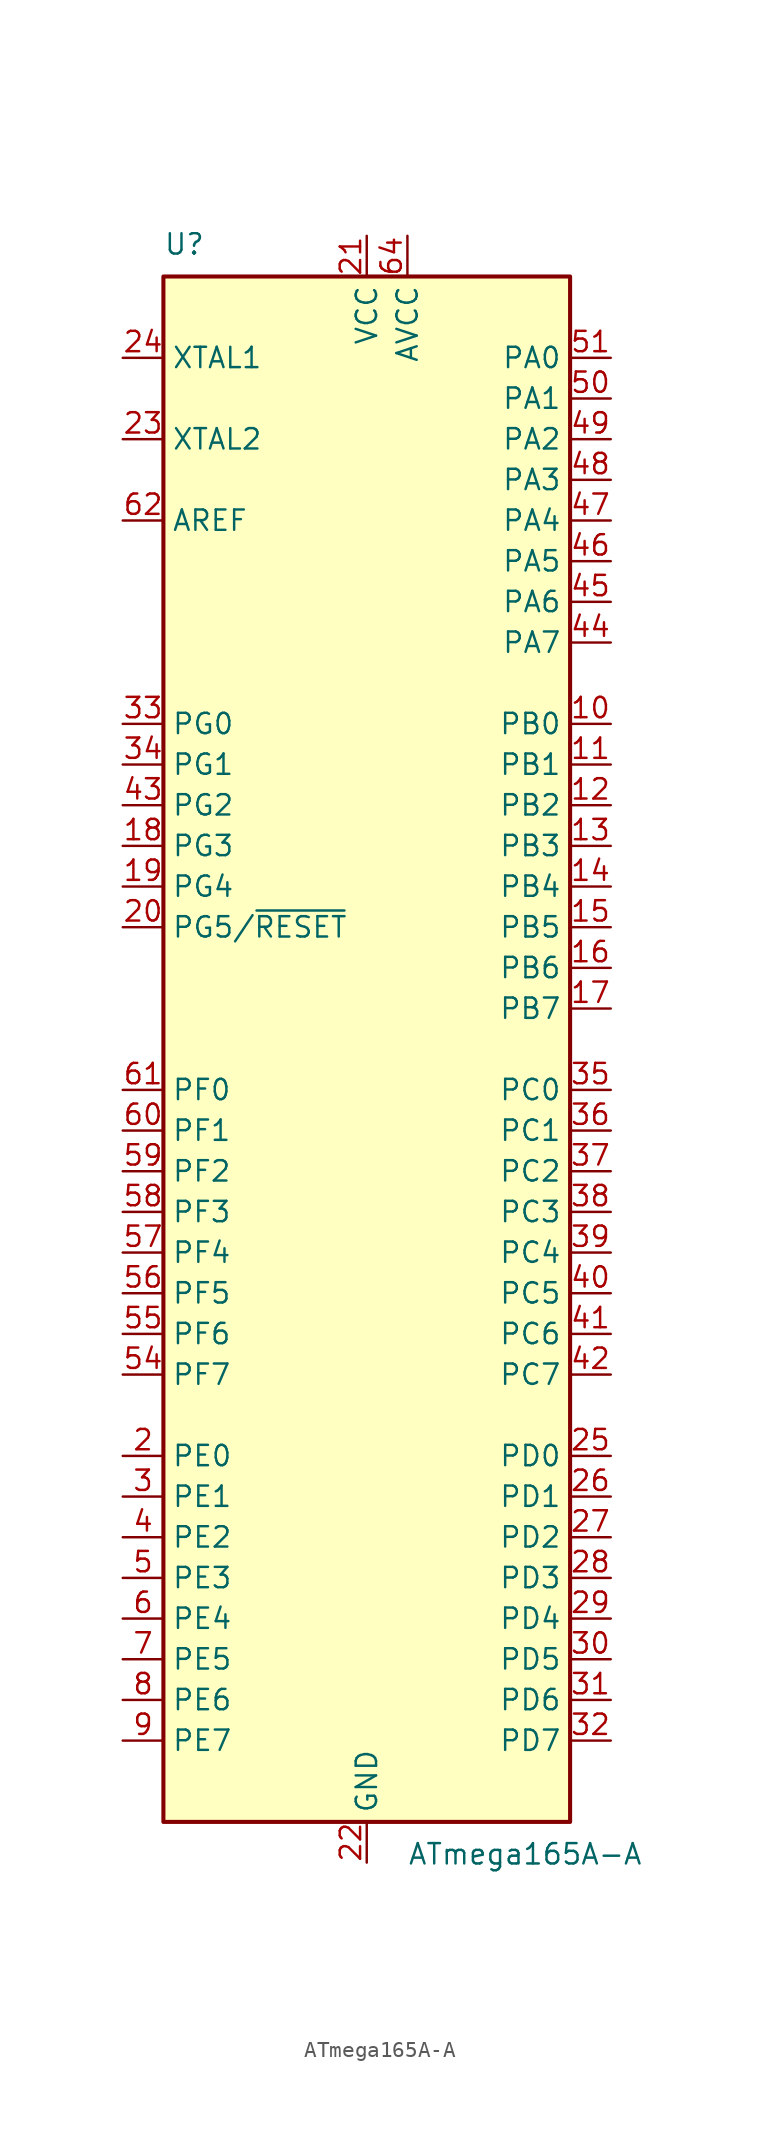
<source format=kicad_sym>
(kicad_symbol_lib
  (version 20201005)
  (generator kicad_symbol_editor)
  (symbol "MCU_Microchip_ATmega:ATmega165A-A"
    (property "Reference" "U"
      (at -12.7 49.53 0)
      (effects (font (size 1.27 1.27)) (justify left bottom)))
    (property "Value" "ATmega165A-A"
      (at 2.54 -49.53 0)
      (effects (font (size 1.27 1.27)) (justify left top)))
    (symbol "ATmega165A-A_0_1"
      (rectangle (start -12.7 -48.26) (end 12.7 48.26) (stroke (width 0.254)) (fill (type background))))
    (symbol "ATmega165A-A_1_1"
      (pin no_connect line (at -12.7 -45.72 0) (length 2.54) hide (name "NC" (effects (font (size 1.27 1.27)))) (number "1" (effects (font (size 1.27 1.27)))))
      (pin bidirectional line (at 15.24 20.32 180) (length 2.54) (name "PB0" (effects (font (size 1.27 1.27)))) (number "10" (effects (font (size 1.27 1.27)))))
      (pin bidirectional line (at 15.24 17.78 180) (length 2.54) (name "PB1" (effects (font (size 1.27 1.27)))) (number "11" (effects (font (size 1.27 1.27)))))
      (pin bidirectional line (at 15.24 15.24 180) (length 2.54) (name "PB2" (effects (font (size 1.27 1.27)))) (number "12" (effects (font (size 1.27 1.27)))))
      (pin bidirectional line (at 15.24 12.7 180) (length 2.54) (name "PB3" (effects (font (size 1.27 1.27)))) (number "13" (effects (font (size 1.27 1.27)))))
      (pin bidirectional line (at 15.24 10.16 180) (length 2.54) (name "PB4" (effects (font (size 1.27 1.27)))) (number "14" (effects (font (size 1.27 1.27)))))
      (pin bidirectional line (at 15.24 7.62 180) (length 2.54) (name "PB5" (effects (font (size 1.27 1.27)))) (number "15" (effects (font (size 1.27 1.27)))))
      (pin bidirectional line (at 15.24 5.08 180) (length 2.54) (name "PB6" (effects (font (size 1.27 1.27)))) (number "16" (effects (font (size 1.27 1.27)))))
      (pin bidirectional line (at 15.24 2.54 180) (length 2.54) (name "PB7" (effects (font (size 1.27 1.27)))) (number "17" (effects (font (size 1.27 1.27)))))
      (pin bidirectional line (at -15.24 12.7 0) (length 2.54) (name "PG3" (effects (font (size 1.27 1.27)))) (number "18" (effects (font (size 1.27 1.27)))))
      (pin bidirectional line (at -15.24 10.16 0) (length 2.54) (name "PG4" (effects (font (size 1.27 1.27)))) (number "19" (effects (font (size 1.27 1.27)))))
      (pin bidirectional line (at -15.24 -25.4 0) (length 2.54) (name "PE0" (effects (font (size 1.27 1.27)))) (number "2" (effects (font (size 1.27 1.27)))))
      (pin bidirectional line (at -15.24 7.62 0) (length 2.54) (name "PG5/~RESET" (effects (font (size 1.27 1.27)))) (number "20" (effects (font (size 1.27 1.27)))))
      (pin power_in line (at 0 50.8 270) (length 2.54) (name "VCC" (effects (font (size 1.27 1.27)))) (number "21" (effects (font (size 1.27 1.27)))))
      (pin power_in line (at 0 -50.8 90) (length 2.54) (name "GND" (effects (font (size 1.27 1.27)))) (number "22" (effects (font (size 1.27 1.27)))))
      (pin output line (at -15.24 38.1 0) (length 2.54) (name "XTAL2" (effects (font (size 1.27 1.27)))) (number "23" (effects (font (size 1.27 1.27)))))
      (pin input line (at -15.24 43.18 0) (length 2.54) (name "XTAL1" (effects (font (size 1.27 1.27)))) (number "24" (effects (font (size 1.27 1.27)))))
      (pin bidirectional line (at 15.24 -25.4 180) (length 2.54) (name "PD0" (effects (font (size 1.27 1.27)))) (number "25" (effects (font (size 1.27 1.27)))))
      (pin bidirectional line (at 15.24 -27.94 180) (length 2.54) (name "PD1" (effects (font (size 1.27 1.27)))) (number "26" (effects (font (size 1.27 1.27)))))
      (pin bidirectional line (at 15.24 -30.48 180) (length 2.54) (name "PD2" (effects (font (size 1.27 1.27)))) (number "27" (effects (font (size 1.27 1.27)))))
      (pin bidirectional line (at 15.24 -33.02 180) (length 2.54) (name "PD3" (effects (font (size 1.27 1.27)))) (number "28" (effects (font (size 1.27 1.27)))))
      (pin bidirectional line (at 15.24 -35.56 180) (length 2.54) (name "PD4" (effects (font (size 1.27 1.27)))) (number "29" (effects (font (size 1.27 1.27)))))
      (pin bidirectional line (at -15.24 -27.94 0) (length 2.54) (name "PE1" (effects (font (size 1.27 1.27)))) (number "3" (effects (font (size 1.27 1.27)))))
      (pin bidirectional line (at 15.24 -38.1 180) (length 2.54) (name "PD5" (effects (font (size 1.27 1.27)))) (number "30" (effects (font (size 1.27 1.27)))))
      (pin bidirectional line (at 15.24 -40.64 180) (length 2.54) (name "PD6" (effects (font (size 1.27 1.27)))) (number "31" (effects (font (size 1.27 1.27)))))
      (pin bidirectional line (at 15.24 -43.18 180) (length 2.54) (name "PD7" (effects (font (size 1.27 1.27)))) (number "32" (effects (font (size 1.27 1.27)))))
      (pin bidirectional line (at -15.24 20.32 0) (length 2.54) (name "PG0" (effects (font (size 1.27 1.27)))) (number "33" (effects (font (size 1.27 1.27)))))
      (pin bidirectional line (at -15.24 17.78 0) (length 2.54) (name "PG1" (effects (font (size 1.27 1.27)))) (number "34" (effects (font (size 1.27 1.27)))))
      (pin bidirectional line (at 15.24 -2.54 180) (length 2.54) (name "PC0" (effects (font (size 1.27 1.27)))) (number "35" (effects (font (size 1.27 1.27)))))
      (pin bidirectional line (at 15.24 -5.08 180) (length 2.54) (name "PC1" (effects (font (size 1.27 1.27)))) (number "36" (effects (font (size 1.27 1.27)))))
      (pin bidirectional line (at 15.24 -7.62 180) (length 2.54) (name "PC2" (effects (font (size 1.27 1.27)))) (number "37" (effects (font (size 1.27 1.27)))))
      (pin bidirectional line (at 15.24 -10.16 180) (length 2.54) (name "PC3" (effects (font (size 1.27 1.27)))) (number "38" (effects (font (size 1.27 1.27)))))
      (pin bidirectional line (at 15.24 -12.7 180) (length 2.54) (name "PC4" (effects (font (size 1.27 1.27)))) (number "39" (effects (font (size 1.27 1.27)))))
      (pin bidirectional line (at -15.24 -30.48 0) (length 2.54) (name "PE2" (effects (font (size 1.27 1.27)))) (number "4" (effects (font (size 1.27 1.27)))))
      (pin bidirectional line (at 15.24 -15.24 180) (length 2.54) (name "PC5" (effects (font (size 1.27 1.27)))) (number "40" (effects (font (size 1.27 1.27)))))
      (pin bidirectional line (at 15.24 -17.78 180) (length 2.54) (name "PC6" (effects (font (size 1.27 1.27)))) (number "41" (effects (font (size 1.27 1.27)))))
      (pin bidirectional line (at 15.24 -20.32 180) (length 2.54) (name "PC7" (effects (font (size 1.27 1.27)))) (number "42" (effects (font (size 1.27 1.27)))))
      (pin bidirectional line (at -15.24 15.24 0) (length 2.54) (name "PG2" (effects (font (size 1.27 1.27)))) (number "43" (effects (font (size 1.27 1.27)))))
      (pin bidirectional line (at 15.24 25.4 180) (length 2.54) (name "PA7" (effects (font (size 1.27 1.27)))) (number "44" (effects (font (size 1.27 1.27)))))
      (pin bidirectional line (at 15.24 27.94 180) (length 2.54) (name "PA6" (effects (font (size 1.27 1.27)))) (number "45" (effects (font (size 1.27 1.27)))))
      (pin bidirectional line (at 15.24 30.48 180) (length 2.54) (name "PA5" (effects (font (size 1.27 1.27)))) (number "46" (effects (font (size 1.27 1.27)))))
      (pin bidirectional line (at 15.24 33.02 180) (length 2.54) (name "PA4" (effects (font (size 1.27 1.27)))) (number "47" (effects (font (size 1.27 1.27)))))
      (pin bidirectional line (at 15.24 35.56 180) (length 2.54) (name "PA3" (effects (font (size 1.27 1.27)))) (number "48" (effects (font (size 1.27 1.27)))))
      (pin bidirectional line (at 15.24 38.1 180) (length 2.54) (name "PA2" (effects (font (size 1.27 1.27)))) (number "49" (effects (font (size 1.27 1.27)))))
      (pin bidirectional line (at -15.24 -33.02 0) (length 2.54) (name "PE3" (effects (font (size 1.27 1.27)))) (number "5" (effects (font (size 1.27 1.27)))))
      (pin bidirectional line (at 15.24 40.64 180) (length 2.54) (name "PA1" (effects (font (size 1.27 1.27)))) (number "50" (effects (font (size 1.27 1.27)))))
      (pin bidirectional line (at 15.24 43.18 180) (length 2.54) (name "PA0" (effects (font (size 1.27 1.27)))) (number "51" (effects (font (size 1.27 1.27)))))
      (pin passive line (at 0 50.8 270) (length 2.54) hide (name "VCC" (effects (font (size 1.27 1.27)))) (number "52" (effects (font (size 1.27 1.27)))))
      (pin passive line (at 0 -50.8 90) (length 2.54) hide (name "GND" (effects (font (size 1.27 1.27)))) (number "53" (effects (font (size 1.27 1.27)))))
      (pin bidirectional line (at -15.24 -20.32 0) (length 2.54) (name "PF7" (effects (font (size 1.27 1.27)))) (number "54" (effects (font (size 1.27 1.27)))))
      (pin bidirectional line (at -15.24 -17.78 0) (length 2.54) (name "PF6" (effects (font (size 1.27 1.27)))) (number "55" (effects (font (size 1.27 1.27)))))
      (pin bidirectional line (at -15.24 -15.24 0) (length 2.54) (name "PF5" (effects (font (size 1.27 1.27)))) (number "56" (effects (font (size 1.27 1.27)))))
      (pin bidirectional line (at -15.24 -12.7 0) (length 2.54) (name "PF4" (effects (font (size 1.27 1.27)))) (number "57" (effects (font (size 1.27 1.27)))))
      (pin bidirectional line (at -15.24 -10.16 0) (length 2.54) (name "PF3" (effects (font (size 1.27 1.27)))) (number "58" (effects (font (size 1.27 1.27)))))
      (pin bidirectional line (at -15.24 -7.62 0) (length 2.54) (name "PF2" (effects (font (size 1.27 1.27)))) (number "59" (effects (font (size 1.27 1.27)))))
      (pin bidirectional line (at -15.24 -35.56 0) (length 2.54) (name "PE4" (effects (font (size 1.27 1.27)))) (number "6" (effects (font (size 1.27 1.27)))))
      (pin bidirectional line (at -15.24 -5.08 0) (length 2.54) (name "PF1" (effects (font (size 1.27 1.27)))) (number "60" (effects (font (size 1.27 1.27)))))
      (pin bidirectional line (at -15.24 -2.54 0) (length 2.54) (name "PF0" (effects (font (size 1.27 1.27)))) (number "61" (effects (font (size 1.27 1.27)))))
      (pin passive line (at -15.24 33.02 0) (length 2.54) (name "AREF" (effects (font (size 1.27 1.27)))) (number "62" (effects (font (size 1.27 1.27)))))
      (pin passive line (at 0 -50.8 90) (length 2.54) hide (name "GND" (effects (font (size 1.27 1.27)))) (number "63" (effects (font (size 1.27 1.27)))))
      (pin power_in line (at 2.54 50.8 270) (length 2.54) (name "AVCC" (effects (font (size 1.27 1.27)))) (number "64" (effects (font (size 1.27 1.27)))))
      (pin bidirectional line (at -15.24 -38.1 0) (length 2.54) (name "PE5" (effects (font (size 1.27 1.27)))) (number "7" (effects (font (size 1.27 1.27)))))
      (pin bidirectional line (at -15.24 -40.64 0) (length 2.54) (name "PE6" (effects (font (size 1.27 1.27)))) (number "8" (effects (font (size 1.27 1.27)))))
      (pin bidirectional line (at -15.24 -43.18 0) (length 2.54) (name "PE7" (effects (font (size 1.27 1.27)))) (number "9" (effects (font (size 1.27 1.27))))))))
</source>
